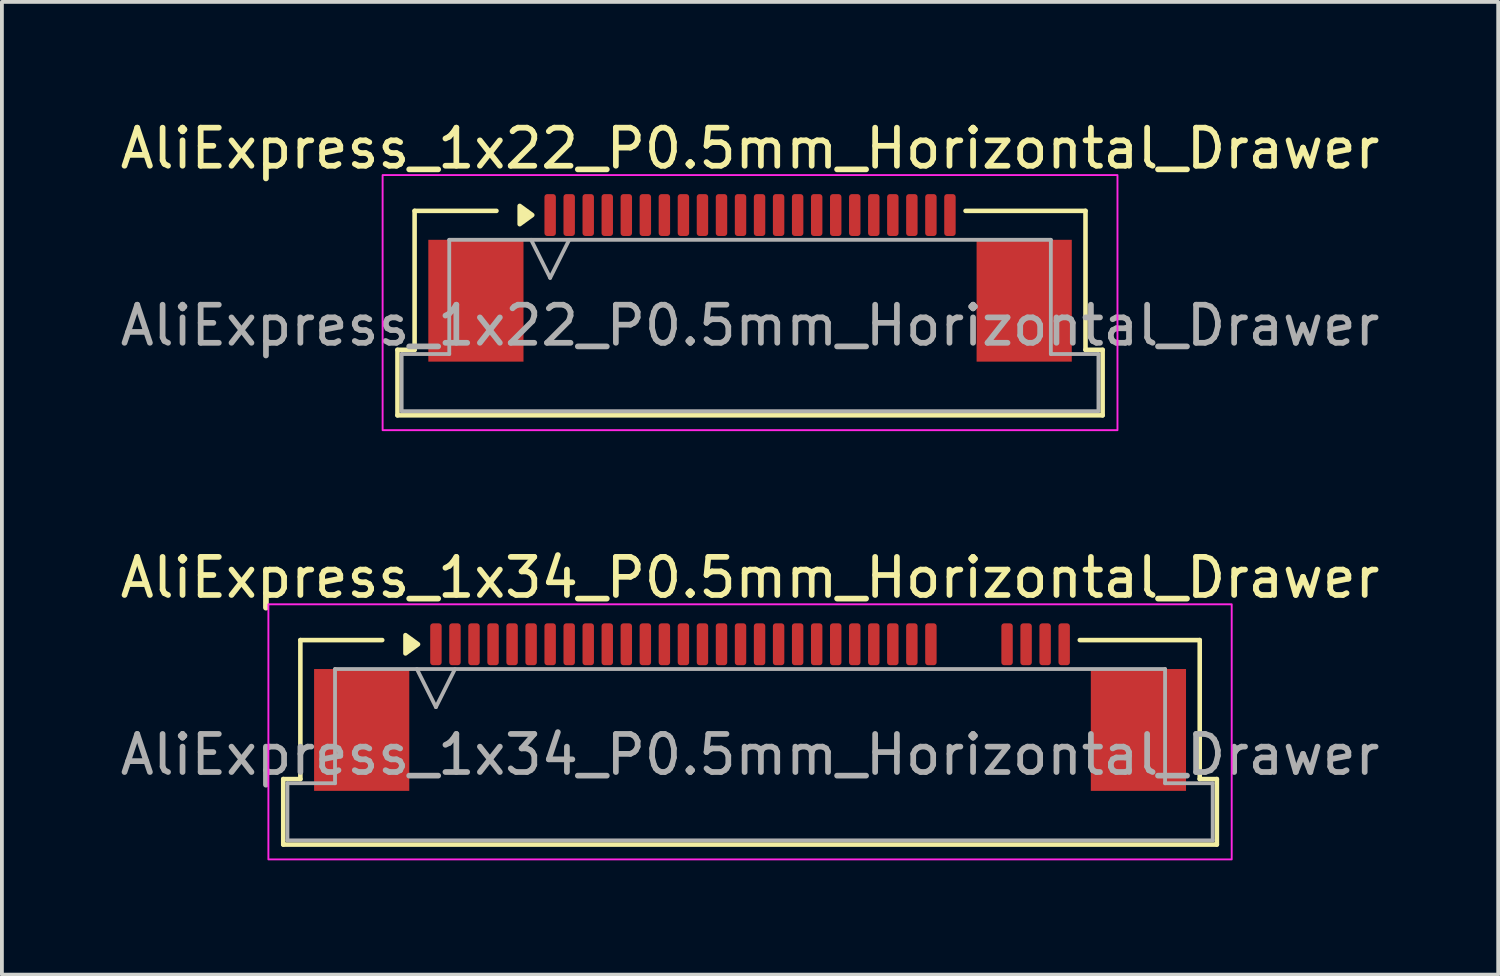
<source format=kicad_pcb>
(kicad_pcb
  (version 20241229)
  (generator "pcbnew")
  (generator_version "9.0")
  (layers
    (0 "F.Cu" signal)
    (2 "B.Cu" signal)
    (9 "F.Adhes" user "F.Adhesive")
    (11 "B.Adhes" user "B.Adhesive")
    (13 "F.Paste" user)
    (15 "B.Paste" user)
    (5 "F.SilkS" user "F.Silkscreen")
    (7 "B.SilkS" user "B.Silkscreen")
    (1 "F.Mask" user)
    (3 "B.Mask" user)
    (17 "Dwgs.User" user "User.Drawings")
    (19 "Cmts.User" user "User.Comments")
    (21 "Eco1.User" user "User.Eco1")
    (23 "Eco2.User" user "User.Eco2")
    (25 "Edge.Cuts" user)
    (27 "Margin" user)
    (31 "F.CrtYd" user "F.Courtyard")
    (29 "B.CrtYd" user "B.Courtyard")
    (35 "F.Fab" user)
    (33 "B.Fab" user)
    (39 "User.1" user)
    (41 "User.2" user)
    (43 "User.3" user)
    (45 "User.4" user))
  (footprint "AliExpress_1x34_P0.5mm_Horizontal_Drawer"
    (layer "F.Cu")
    (at 16.649 16.771)
    (property "Reference" "AliExpress_1x34_P0.5mm_Horizontal_Drawer" (at 0 -4.65 0) (layer "F.SilkS") (effects (font (size 1 1) (thickness 0.15))))
    (attr smd)
    (fp_line (start -12.26 0.64) (end -11.81 0.64) (stroke (width 0.12) (type solid)) (layer "F.SilkS"))
    (fp_line (start -12.26 2.36) (end -12.26 0.64) (stroke (width 0.12) (type solid)) (layer "F.SilkS"))
    (fp_line (start -11.81 -3.01) (end -9.66 -3.01) (stroke (width 0.12) (type solid)) (layer "F.SilkS"))
    (fp_line (start -11.81 0.64) (end -11.81 -3.01) (stroke (width 0.12) (type solid)) (layer "F.SilkS"))
    (fp_line (start 8.66 -3.01) (end 11.81 -3.01) (stroke (width 0.12) (type solid)) (layer "F.SilkS"))
    (fp_line (start 11.81 -3.01) (end 11.81 0.64) (stroke (width 0.12) (type solid)) (layer "F.SilkS"))
    (fp_line (start 11.81 0.64) (end 12.26 0.64) (stroke (width 0.12) (type solid)) (layer "F.SilkS"))
    (fp_line (start 12.26 0.64) (end 12.26 2.36) (stroke (width 0.12) (type solid)) (layer "F.SilkS"))
    (fp_line (start 12.26 2.36) (end -12.26 2.36) (stroke (width 0.12) (type solid)) (layer "F.SilkS"))
    (fp_poly (pts (xy -8.72 -2.9) (xy -9.05 -2.66) (xy -9.05 -3.14)) (stroke (width 0.12) (type solid)) (fill yes) (layer "F.SilkS"))
    (fp_rect (start -12.65 -3.95) (end 12.65 2.75) (stroke (width 0.05) (type solid)) (fill no) (layer "F.CrtYd"))
    (fp_line (start -12.15 0.75) (end -10.9 0.75) (stroke (width 0.1) (type solid)) (layer "F.Fab"))
    (fp_line (start -12.15 2.25) (end -12.15 0.75) (stroke (width 0.1) (type solid)) (layer "F.Fab"))
    (fp_line (start -10.9 -2.25) (end 10.9 -2.25) (stroke (width 0.1) (type solid)) (layer "F.Fab"))
    (fp_line (start -10.9 0.75) (end -10.9 -2.25) (stroke (width 0.1) (type solid)) (layer "F.Fab"))
    (fp_line (start -8.75 -2.25) (end -8.25 -1.25) (stroke (width 0.1) (type solid)) (layer "F.Fab"))
    (fp_line (start -8.25 -1.25) (end -7.75 -2.25) (stroke (width 0.1) (type solid)) (layer "F.Fab"))
    (fp_line (start 10.9 -2.25) (end 10.9 0.75) (stroke (width 0.1) (type solid)) (layer "F.Fab"))
    (fp_line (start 10.9 0.75) (end 12.15 0.75) (stroke (width 0.1) (type solid)) (layer "F.Fab"))
    (fp_line (start 12.15 0.75) (end 12.15 2.25) (stroke (width 0.1) (type solid)) (layer "F.Fab"))
    (fp_line (start 12.15 2.25) (end -12.15 2.25) (stroke (width 0.1) (type solid)) (layer "F.Fab"))
    (fp_text user "${REFERENCE}" (at 0 0 0) (layer "F.Fab") (effects (font (size 1 1) (thickness 0.15))))
    (pad "1" smd roundrect (at -8.25 -2.9) (size 0.3 1.1) (layers "F.Cu" "F.Mask" "F.Paste") (roundrect_rratio 0.25))
    (pad "2" smd roundrect (at -7.75 -2.9) (size 0.3 1.1) (layers "F.Cu" "F.Mask" "F.Paste") (roundrect_rratio 0.25))
    (pad "3" smd roundrect (at -7.25 -2.9) (size 0.3 1.1) (layers "F.Cu" "F.Mask" "F.Paste") (roundrect_rratio 0.25))
    (pad "4" smd roundrect (at -6.75 -2.9) (size 0.3 1.1) (layers "F.Cu" "F.Mask" "F.Paste") (roundrect_rratio 0.25))
    (pad "5" smd roundrect (at -6.25 -2.9) (size 0.3 1.1) (layers "F.Cu" "F.Mask" "F.Paste") (roundrect_rratio 0.25))
    (pad "6" smd roundrect (at -5.75 -2.9) (size 0.3 1.1) (layers "F.Cu" "F.Mask" "F.Paste") (roundrect_rratio 0.25))
    (pad "7" smd roundrect (at -5.25 -2.9) (size 0.3 1.1) (layers "F.Cu" "F.Mask" "F.Paste") (roundrect_rratio 0.25))
    (pad "8" smd roundrect (at -4.75 -2.9) (size 0.3 1.1) (layers "F.Cu" "F.Mask" "F.Paste") (roundrect_rratio 0.25))
    (pad "9" smd roundrect (at -4.25 -2.9) (size 0.3 1.1) (layers "F.Cu" "F.Mask" "F.Paste") (roundrect_rratio 0.25))
    (pad "10" smd roundrect (at -3.75 -2.9) (size 0.3 1.1) (layers "F.Cu" "F.Mask" "F.Paste") (roundrect_rratio 0.25))
    (pad "11" smd roundrect (at -3.25 -2.9) (size 0.3 1.1) (layers "F.Cu" "F.Mask" "F.Paste") (roundrect_rratio 0.25))
    (pad "12" smd roundrect (at -2.75 -2.9) (size 0.3 1.1) (layers "F.Cu" "F.Mask" "F.Paste") (roundrect_rratio 0.25))
    (pad "13" smd roundrect (at -2.25 -2.9) (size 0.3 1.1) (layers "F.Cu" "F.Mask" "F.Paste") (roundrect_rratio 0.25))
    (pad "14" smd roundrect (at -1.75 -2.9) (size 0.3 1.1) (layers "F.Cu" "F.Mask" "F.Paste") (roundrect_rratio 0.25))
    (pad "15" smd roundrect (at -1.25 -2.9) (size 0.3 1.1) (layers "F.Cu" "F.Mask" "F.Paste") (roundrect_rratio 0.25))
    (pad "16" smd roundrect (at -0.75 -2.9) (size 0.3 1.1) (layers "F.Cu" "F.Mask" "F.Paste") (roundrect_rratio 0.25))
    (pad "17" smd roundrect (at -0.25 -2.9) (size 0.3 1.1) (layers "F.Cu" "F.Mask" "F.Paste") (roundrect_rratio 0.25))
    (pad "18" smd roundrect (at 0.25 -2.9) (size 0.3 1.1) (layers "F.Cu" "F.Mask" "F.Paste") (roundrect_rratio 0.25))
    (pad "19" smd roundrect (at 0.75 -2.9) (size 0.3 1.1) (layers "F.Cu" "F.Mask" "F.Paste") (roundrect_rratio 0.25))
    (pad "20" smd roundrect (at 1.25 -2.9) (size 0.3 1.1) (layers "F.Cu" "F.Mask" "F.Paste") (roundrect_rratio 0.25))
    (pad "21" smd roundrect (at 1.75 -2.9) (size 0.3 1.1) (layers "F.Cu" "F.Mask" "F.Paste") (roundrect_rratio 0.25))
    (pad "22" smd roundrect (at 2.25 -2.9) (size 0.3 1.1) (layers "F.Cu" "F.Mask" "F.Paste") (roundrect_rratio 0.25))
    (pad "23" smd roundrect (at 2.75 -2.9) (size 0.3 1.1) (layers "F.Cu" "F.Mask" "F.Paste") (roundrect_rratio 0.25))
    (pad "24" smd roundrect (at 3.25 -2.9) (size 0.3 1.1) (layers "F.Cu" "F.Mask" "F.Paste") (roundrect_rratio 0.25))
    (pad "25" smd roundrect (at 3.75 -2.9) (size 0.3 1.1) (layers "F.Cu" "F.Mask" "F.Paste") (roundrect_rratio 0.25))
    (pad "26" smd roundrect (at 4.25 -2.9) (size 0.3 1.1) (layers "F.Cu" "F.Mask" "F.Paste") (roundrect_rratio 0.25))
    (pad "27" smd roundrect (at 4.75 -2.9) (size 0.3 1.1) (layers "F.Cu" "F.Mask" "F.Paste") (roundrect_rratio 0.25))
    (pad "31" smd roundrect (at 6.75 -2.9) (size 0.3 1.1) (layers "F.Cu" "F.Mask" "F.Paste") (roundrect_rratio 0.25))
    (pad "32" smd roundrect (at 7.25 -2.9) (size 0.3 1.1) (layers "F.Cu" "F.Mask" "F.Paste") (roundrect_rratio 0.25))
    (pad "33" smd roundrect (at 7.75 -2.9) (size 0.3 1.1) (layers "F.Cu" "F.Mask" "F.Paste") (roundrect_rratio 0.25))
    (pad "34" smd roundrect (at 8.25 -2.9) (size 0.3 1.1) (layers "F.Cu" "F.Mask" "F.Paste") (roundrect_rratio 0.25))
    (pad "MP" smd rect (at -10.2 -0.65) (size 2.5 3.2) (layers "F.Cu" "F.Mask" "F.Paste"))
    (pad "MP" smd rect (at 10.2 -0.65) (size 2.5 3.2) (layers "F.Cu" "F.Mask" "F.Paste")))
  (footprint "AliExpress_1x22_P0.5mm_Horizontal_Drawer"
    (layer "F.Cu")
    (at 16.649 5.498)
    (property "Reference" "AliExpress_1x22_P0.5mm_Horizontal_Drawer" (at 0 -4.65 0) (layer "F.SilkS") (effects (font (size 1 1) (thickness 0.15))))
    (attr smd)
    (fp_line (start -9.26 0.64) (end -8.81 0.64) (stroke (width 0.12) (type solid)) (layer "F.SilkS"))
    (fp_line (start -9.26 2.36) (end -9.26 0.64) (stroke (width 0.12) (type solid)) (layer "F.SilkS"))
    (fp_line (start -8.81 -3.01) (end -6.66 -3.01) (stroke (width 0.12) (type solid)) (layer "F.SilkS"))
    (fp_line (start -8.81 0.64) (end -8.81 -3.01) (stroke (width 0.12) (type solid)) (layer "F.SilkS"))
    (fp_line (start 5.66 -3.01) (end 8.81 -3.01) (stroke (width 0.12) (type solid)) (layer "F.SilkS"))
    (fp_line (start 8.81 -3.01) (end 8.81 0.64) (stroke (width 0.12) (type solid)) (layer "F.SilkS"))
    (fp_line (start 8.81 0.64) (end 9.26 0.64) (stroke (width 0.12) (type solid)) (layer "F.SilkS"))
    (fp_line (start 9.26 0.64) (end 9.26 2.36) (stroke (width 0.12) (type solid)) (layer "F.SilkS"))
    (fp_line (start 9.26 2.36) (end -9.26 2.36) (stroke (width 0.12) (type solid)) (layer "F.SilkS"))
    (fp_poly (pts (xy -5.72 -2.9) (xy -6.05 -2.66) (xy -6.05 -3.14)) (stroke (width 0.12) (type solid)) (fill yes) (layer "F.SilkS"))
    (fp_rect (start -9.65 -3.95) (end 9.65 2.75) (stroke (width 0.05) (type solid)) (fill no) (layer "F.CrtYd"))
    (fp_line (start -9.15 0.75) (end -7.9 0.75) (stroke (width 0.1) (type solid)) (layer "F.Fab"))
    (fp_line (start -9.15 2.25) (end -9.15 0.75) (stroke (width 0.1) (type solid)) (layer "F.Fab"))
    (fp_line (start -7.9 -2.25) (end 7.9 -2.25) (stroke (width 0.1) (type solid)) (layer "F.Fab"))
    (fp_line (start -7.9 0.75) (end -7.9 -2.25) (stroke (width 0.1) (type solid)) (layer "F.Fab"))
    (fp_line (start -5.75 -2.25) (end -5.25 -1.25) (stroke (width 0.1) (type solid)) (layer "F.Fab"))
    (fp_line (start -5.25 -1.25) (end -4.75 -2.25) (stroke (width 0.1) (type solid)) (layer "F.Fab"))
    (fp_line (start 7.9 -2.25) (end 7.9 0.75) (stroke (width 0.1) (type solid)) (layer "F.Fab"))
    (fp_line (start 7.9 0.75) (end 9.15 0.75) (stroke (width 0.1) (type solid)) (layer "F.Fab"))
    (fp_line (start 9.15 0.75) (end 9.15 2.25) (stroke (width 0.1) (type solid)) (layer "F.Fab"))
    (fp_line (start 9.15 2.25) (end -9.15 2.25) (stroke (width 0.1) (type solid)) (layer "F.Fab"))
    (fp_text user "${REFERENCE}" (at 0 0 0) (layer "F.Fab") (effects (font (size 1 1) (thickness 0.15))))
    (pad "1" smd roundrect (at -5.25 -2.9) (size 0.3 1.1) (layers "F.Cu" "F.Mask" "F.Paste") (roundrect_rratio 0.25))
    (pad "2" smd roundrect (at -4.75 -2.9) (size 0.3 1.1) (layers "F.Cu" "F.Mask" "F.Paste") (roundrect_rratio 0.25))
    (pad "3" smd roundrect (at -4.25 -2.9) (size 0.3 1.1) (layers "F.Cu" "F.Mask" "F.Paste") (roundrect_rratio 0.25))
    (pad "4" smd roundrect (at -3.75 -2.9) (size 0.3 1.1) (layers "F.Cu" "F.Mask" "F.Paste") (roundrect_rratio 0.25))
    (pad "5" smd roundrect (at -3.25 -2.9) (size 0.3 1.1) (layers "F.Cu" "F.Mask" "F.Paste") (roundrect_rratio 0.25))
    (pad "6" smd roundrect (at -2.75 -2.9) (size 0.3 1.1) (layers "F.Cu" "F.Mask" "F.Paste") (roundrect_rratio 0.25))
    (pad "7" smd roundrect (at -2.25 -2.9) (size 0.3 1.1) (layers "F.Cu" "F.Mask" "F.Paste") (roundrect_rratio 0.25))
    (pad "8" smd roundrect (at -1.75 -2.9) (size 0.3 1.1) (layers "F.Cu" "F.Mask" "F.Paste") (roundrect_rratio 0.25))
    (pad "9" smd roundrect (at -1.25 -2.9) (size 0.3 1.1) (layers "F.Cu" "F.Mask" "F.Paste") (roundrect_rratio 0.25))
    (pad "10" smd roundrect (at -0.75 -2.9) (size 0.3 1.1) (layers "F.Cu" "F.Mask" "F.Paste") (roundrect_rratio 0.25))
    (pad "11" smd roundrect (at -0.25 -2.9) (size 0.3 1.1) (layers "F.Cu" "F.Mask" "F.Paste") (roundrect_rratio 0.25))
    (pad "12" smd roundrect (at 0.25 -2.9) (size 0.3 1.1) (layers "F.Cu" "F.Mask" "F.Paste") (roundrect_rratio 0.25))
    (pad "13" smd roundrect (at 0.75 -2.9) (size 0.3 1.1) (layers "F.Cu" "F.Mask" "F.Paste") (roundrect_rratio 0.25))
    (pad "14" smd roundrect (at 1.25 -2.9) (size 0.3 1.1) (layers "F.Cu" "F.Mask" "F.Paste") (roundrect_rratio 0.25))
    (pad "15" smd roundrect (at 1.75 -2.9) (size 0.3 1.1) (layers "F.Cu" "F.Mask" "F.Paste") (roundrect_rratio 0.25))
    (pad "16" smd roundrect (at 2.25 -2.9) (size 0.3 1.1) (layers "F.Cu" "F.Mask" "F.Paste") (roundrect_rratio 0.25))
    (pad "17" smd roundrect (at 2.75 -2.9) (size 0.3 1.1) (layers "F.Cu" "F.Mask" "F.Paste") (roundrect_rratio 0.25))
    (pad "18" smd roundrect (at 3.25 -2.9) (size 0.3 1.1) (layers "F.Cu" "F.Mask" "F.Paste") (roundrect_rratio 0.25))
    (pad "19" smd roundrect (at 3.75 -2.9) (size 0.3 1.1) (layers "F.Cu" "F.Mask" "F.Paste") (roundrect_rratio 0.25))
    (pad "20" smd roundrect (at 4.25 -2.9) (size 0.3 1.1) (layers "F.Cu" "F.Mask" "F.Paste") (roundrect_rratio 0.25))
    (pad "21" smd roundrect (at 4.75 -2.9) (size 0.3 1.1) (layers "F.Cu" "F.Mask" "F.Paste") (roundrect_rratio 0.25))
    (pad "22" smd roundrect (at 5.25 -2.9) (size 0.3 1.1) (layers "F.Cu" "F.Mask" "F.Paste") (roundrect_rratio 0.25))
    (pad "MP" smd rect (at -7.2 -0.65) (size 2.5 3.2) (layers "F.Cu" "F.Mask" "F.Paste"))
    (pad "MP" smd rect (at 7.2 -0.65) (size 2.5 3.2) (layers "F.Cu" "F.Mask" "F.Paste")))
  (gr_rect
    (start -3 -3)
    (end 36.298 22.547)
    (stroke (width 0.1) (type default))
    (fill no)
    (layer "Edge.Cuts")))
</source>
